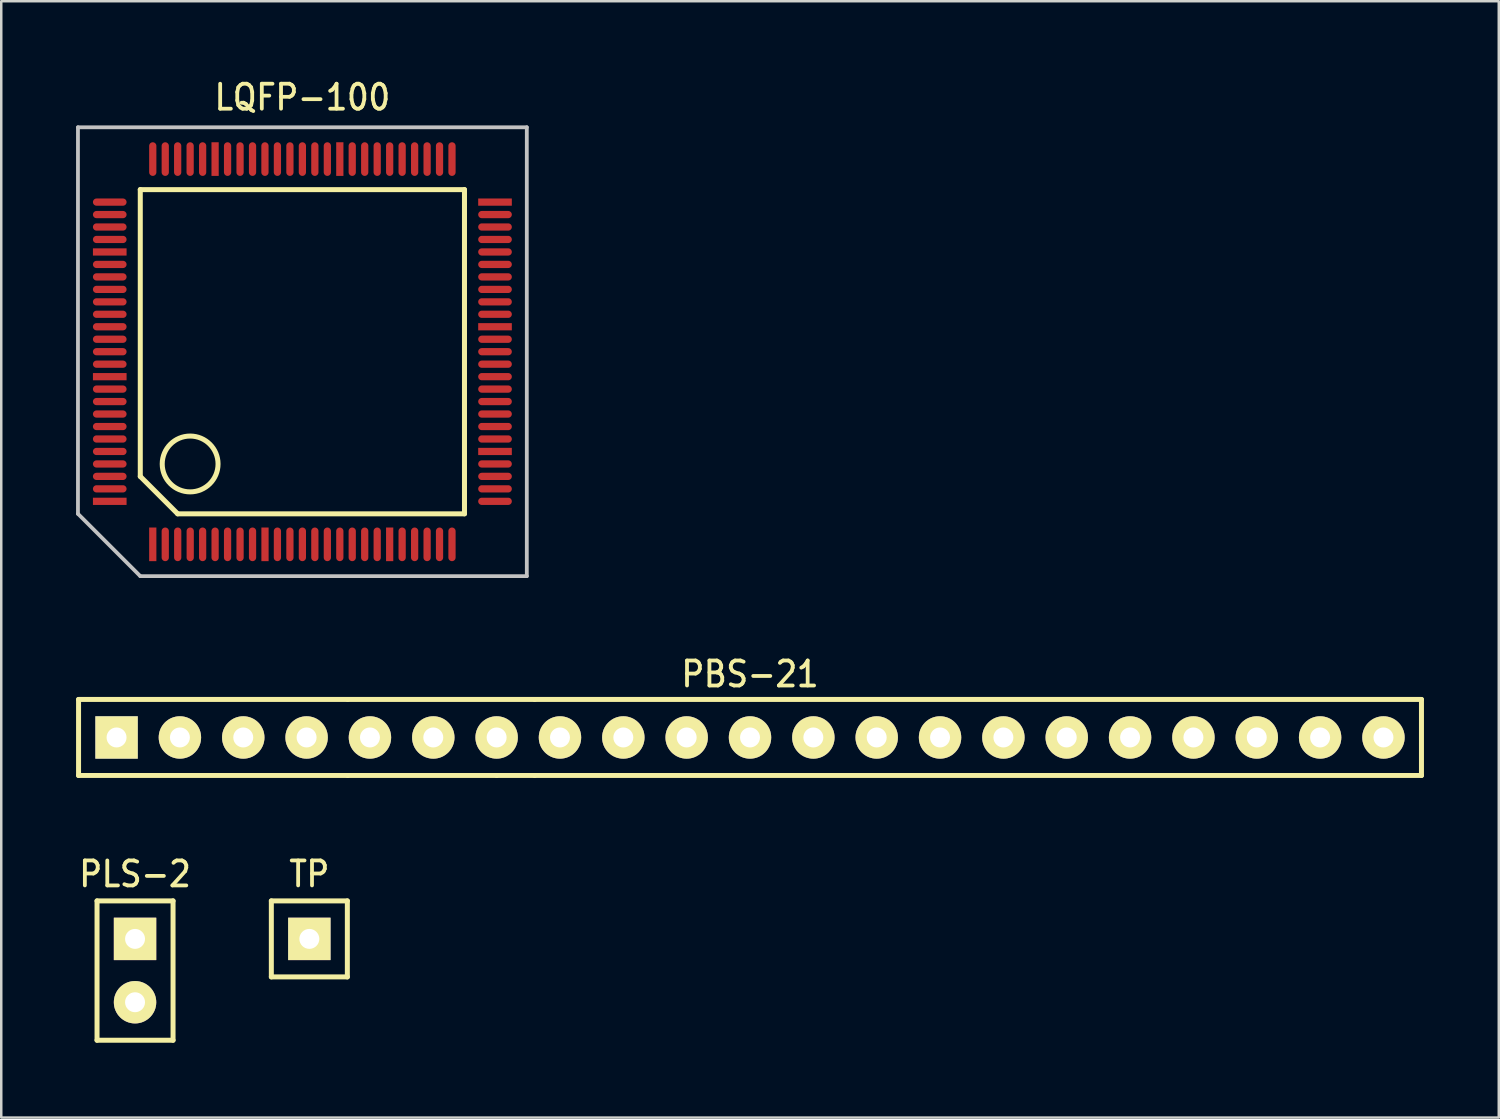
<source format=kicad_pcb>
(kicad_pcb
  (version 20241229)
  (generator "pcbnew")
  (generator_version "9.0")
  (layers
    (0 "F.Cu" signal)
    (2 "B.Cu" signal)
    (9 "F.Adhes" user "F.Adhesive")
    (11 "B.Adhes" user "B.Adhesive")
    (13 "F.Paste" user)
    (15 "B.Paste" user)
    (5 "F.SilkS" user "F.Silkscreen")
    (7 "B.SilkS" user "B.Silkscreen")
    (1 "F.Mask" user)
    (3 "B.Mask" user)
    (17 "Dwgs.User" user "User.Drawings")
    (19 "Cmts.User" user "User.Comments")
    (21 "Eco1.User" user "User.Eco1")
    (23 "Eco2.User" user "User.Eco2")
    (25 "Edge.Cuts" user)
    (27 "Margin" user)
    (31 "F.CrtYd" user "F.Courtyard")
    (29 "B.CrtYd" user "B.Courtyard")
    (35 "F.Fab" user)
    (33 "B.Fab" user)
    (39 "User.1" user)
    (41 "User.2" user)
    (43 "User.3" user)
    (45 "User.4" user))
  (footprint "LQFP-100"
    (layer "F.Cu")
    (at 9.075 11.053)
    (property "Reference" "LQFP-100" (at 0 -10.2 180) (layer "F.SilkS") (effects (font (size 1.001 0.899) (thickness 0.152))))
    (attr smd)
    (fp_line (start -6.5 -6.5) (end 6.5 -6.5) (stroke (width 0.201) (type solid)) (layer "F.SilkS"))
    (fp_line (start -6.5 5.001) (end -6.5 -6.5) (stroke (width 0.201) (type solid)) (layer "F.SilkS"))
    (fp_line (start -6.5 5.001) (end -5.001 6.5) (stroke (width 0.201) (type solid)) (layer "F.SilkS"))
    (fp_line (start -5.001 6.5) (end 6.5 6.5) (stroke (width 0.201) (type solid)) (layer "F.SilkS"))
    (fp_line (start 6.5 -6.5) (end 6.5 6.5) (stroke (width 0.201) (type solid)) (layer "F.SilkS"))
    (fp_circle (center -4.501 4.501) (end -3.5 4) (stroke (width 0.201) (type solid)) (fill no) (layer "F.SilkS"))
    (fp_line (start -8.999 -8.999) (end -8.999 6.5) (stroke (width 0.152) (type solid)) (layer "Dwgs.User"))
    (fp_line (start -8.999 6.5) (end -6.5 8.999) (stroke (width 0.152) (type solid)) (layer "Dwgs.User"))
    (fp_line (start -6.5 8.999) (end 8.999 8.999) (stroke (width 0.152) (type solid)) (layer "Dwgs.User"))
    (fp_line (start 8.999 -8.999) (end -8.999 -8.999) (stroke (width 0.152) (type solid)) (layer "Dwgs.User"))
    (fp_line (start 8.999 8.999) (end 8.999 -8.999) (stroke (width 0.152) (type solid)) (layer "Dwgs.User"))
    (pad "1" smd rect (at -5.999 7.724) (size 0.29 1.349) (layers "F.Cu" "F.Mask" "F.Paste"))
    (pad "2" smd oval (at -5.499 7.724) (size 0.29 1.349) (layers "F.Cu" "F.Mask" "F.Paste"))
    (pad "3" smd oval (at -4.999 7.724) (size 0.29 1.349) (layers "F.Cu" "F.Mask" "F.Paste"))
    (pad "4" smd oval (at -4.498 7.724) (size 0.29 1.349) (layers "F.Cu" "F.Mask" "F.Paste"))
    (pad "5" smd oval (at -4 7.724) (size 0.29 1.349) (layers "F.Cu" "F.Mask" "F.Paste"))
    (pad "6" smd oval (at -3.5 7.724) (size 0.29 1.349) (layers "F.Cu" "F.Mask" "F.Paste"))
    (pad "7" smd oval (at -3 7.724) (size 0.29 1.349) (layers "F.Cu" "F.Mask" "F.Paste"))
    (pad "8" smd oval (at -2.499 7.724) (size 0.29 1.349) (layers "F.Cu" "F.Mask" "F.Paste"))
    (pad "9" smd oval (at -1.999 7.724) (size 0.29 1.349) (layers "F.Cu" "F.Mask" "F.Paste"))
    (pad "10" smd rect (at -1.499 7.724) (size 0.29 1.349) (layers "F.Cu" "F.Mask" "F.Paste"))
    (pad "11" smd oval (at -1.001 7.724) (size 0.29 1.349) (layers "F.Cu" "F.Mask" "F.Paste"))
    (pad "12" smd oval (at -0.5 7.724) (size 0.29 1.349) (layers "F.Cu" "F.Mask" "F.Paste"))
    (pad "13" smd oval (at 0 7.724) (size 0.29 1.349) (layers "F.Cu" "F.Mask" "F.Paste"))
    (pad "14" smd oval (at 0.5 7.724) (size 0.29 1.349) (layers "F.Cu" "F.Mask" "F.Paste"))
    (pad "15" smd oval (at 1.001 7.724) (size 0.29 1.349) (layers "F.Cu" "F.Mask" "F.Paste"))
    (pad "16" smd oval (at 1.501 7.724) (size 0.29 1.349) (layers "F.Cu" "F.Mask" "F.Paste"))
    (pad "17" smd oval (at 1.999 7.724) (size 0.29 1.349) (layers "F.Cu" "F.Mask" "F.Paste"))
    (pad "18" smd oval (at 2.499 7.724) (size 0.29 1.349) (layers "F.Cu" "F.Mask" "F.Paste"))
    (pad "19" smd oval (at 3 7.724) (size 0.29 1.349) (layers "F.Cu" "F.Mask" "F.Paste"))
    (pad "20" smd rect (at 3.5 7.724) (size 0.29 1.349) (layers "F.Cu" "F.Mask" "F.Paste"))
    (pad "21" smd oval (at 4 7.724) (size 0.29 1.349) (layers "F.Cu" "F.Mask" "F.Paste"))
    (pad "22" smd oval (at 4.501 7.724) (size 0.29 1.349) (layers "F.Cu" "F.Mask" "F.Paste"))
    (pad "23" smd oval (at 5.001 7.724) (size 0.29 1.349) (layers "F.Cu" "F.Mask" "F.Paste"))
    (pad "24" smd oval (at 5.499 7.724) (size 0.29 1.349) (layers "F.Cu" "F.Mask" "F.Paste"))
    (pad "25" smd oval (at 5.999 7.724) (size 0.29 1.349) (layers "F.Cu" "F.Mask" "F.Paste"))
    (pad "26" smd oval (at 7.724 5.999 90) (size 0.29 1.349) (layers "F.Cu" "F.Mask" "F.Paste"))
    (pad "27" smd oval (at 7.724 5.499 90) (size 0.29 1.349) (layers "F.Cu" "F.Mask" "F.Paste"))
    (pad "28" smd oval (at 7.724 4.999 90) (size 0.29 1.349) (layers "F.Cu" "F.Mask" "F.Paste"))
    (pad "29" smd oval (at 7.724 4.501 90) (size 0.29 1.349) (layers "F.Cu" "F.Mask" "F.Paste"))
    (pad "30" smd rect (at 7.724 4 90) (size 0.29 1.349) (layers "F.Cu" "F.Mask" "F.Paste"))
    (pad "31" smd oval (at 7.724 3.5 90) (size 0.29 1.349) (layers "F.Cu" "F.Mask" "F.Paste"))
    (pad "32" smd oval (at 7.724 3 90) (size 0.29 1.349) (layers "F.Cu" "F.Mask" "F.Paste"))
    (pad "33" smd oval (at 7.724 2.499 90) (size 0.29 1.349) (layers "F.Cu" "F.Mask" "F.Paste"))
    (pad "34" smd oval (at 7.724 1.999 90) (size 0.29 1.349) (layers "F.Cu" "F.Mask" "F.Paste"))
    (pad "35" smd oval (at 7.724 1.499 90) (size 0.29 1.349) (layers "F.Cu" "F.Mask" "F.Paste"))
    (pad "36" smd oval (at 7.724 1.001 90) (size 0.29 1.349) (layers "F.Cu" "F.Mask" "F.Paste"))
    (pad "37" smd oval (at 7.724 0.5 90) (size 0.29 1.349) (layers "F.Cu" "F.Mask" "F.Paste"))
    (pad "38" smd oval (at 7.724 0 90) (size 0.29 1.349) (layers "F.Cu" "F.Mask" "F.Paste"))
    (pad "39" smd oval (at 7.724 -0.5 90) (size 0.29 1.349) (layers "F.Cu" "F.Mask" "F.Paste"))
    (pad "40" smd rect (at 7.724 -1.001 90) (size 0.29 1.349) (layers "F.Cu" "F.Mask" "F.Paste"))
    (pad "41" smd oval (at 7.724 -1.501 90) (size 0.29 1.349) (layers "F.Cu" "F.Mask" "F.Paste"))
    (pad "42" smd oval (at 7.724 -1.999 90) (size 0.29 1.349) (layers "F.Cu" "F.Mask" "F.Paste"))
    (pad "43" smd oval (at 7.724 -2.499 90) (size 0.29 1.349) (layers "F.Cu" "F.Mask" "F.Paste"))
    (pad "44" smd oval (at 7.724 -3 90) (size 0.29 1.349) (layers "F.Cu" "F.Mask" "F.Paste"))
    (pad "45" smd oval (at 7.724 -3.5 90) (size 0.29 1.349) (layers "F.Cu" "F.Mask" "F.Paste"))
    (pad "46" smd oval (at 7.724 -4 90) (size 0.29 1.349) (layers "F.Cu" "F.Mask" "F.Paste"))
    (pad "47" smd oval (at 7.724 -4.501 90) (size 0.29 1.349) (layers "F.Cu" "F.Mask" "F.Paste"))
    (pad "48" smd oval (at 7.724 -5.001 90) (size 0.29 1.349) (layers "F.Cu" "F.Mask" "F.Paste"))
    (pad "49" smd oval (at 7.724 -5.499 90) (size 0.29 1.349) (layers "F.Cu" "F.Mask" "F.Paste"))
    (pad "50" smd rect (at 7.724 -5.999 90) (size 0.29 1.349) (layers "F.Cu" "F.Mask" "F.Paste"))
    (pad "51" smd oval (at 5.999 -7.724) (size 0.29 1.349) (layers "F.Cu" "F.Mask" "F.Paste"))
    (pad "52" smd oval (at 5.499 -7.724) (size 0.29 1.349) (layers "F.Cu" "F.Mask" "F.Paste"))
    (pad "53" smd oval (at 5.001 -7.724) (size 0.29 1.349) (layers "F.Cu" "F.Mask" "F.Paste"))
    (pad "54" smd oval (at 4.501 -7.724) (size 0.29 1.349) (layers "F.Cu" "F.Mask" "F.Paste"))
    (pad "55" smd oval (at 4 -7.724) (size 0.29 1.349) (layers "F.Cu" "F.Mask" "F.Paste"))
    (pad "56" smd oval (at 3.5 -7.724) (size 0.29 1.349) (layers "F.Cu" "F.Mask" "F.Paste"))
    (pad "57" smd oval (at 3 -7.724) (size 0.29 1.349) (layers "F.Cu" "F.Mask" "F.Paste"))
    (pad "58" smd oval (at 2.499 -7.724) (size 0.29 1.349) (layers "F.Cu" "F.Mask" "F.Paste"))
    (pad "59" smd oval (at 1.999 -7.724) (size 0.29 1.349) (layers "F.Cu" "F.Mask" "F.Paste"))
    (pad "60" smd rect (at 1.501 -7.724) (size 0.29 1.349) (layers "F.Cu" "F.Mask" "F.Paste"))
    (pad "61" smd oval (at 1.001 -7.724) (size 0.29 1.349) (layers "F.Cu" "F.Mask" "F.Paste"))
    (pad "62" smd oval (at 0.5 -7.724) (size 0.29 1.349) (layers "F.Cu" "F.Mask" "F.Paste"))
    (pad "63" smd oval (at 0 -7.724) (size 0.29 1.349) (layers "F.Cu" "F.Mask" "F.Paste"))
    (pad "64" smd oval (at -0.5 -7.724) (size 0.29 1.349) (layers "F.Cu" "F.Mask" "F.Paste"))
    (pad "65" smd oval (at -1.001 -7.724) (size 0.29 1.349) (layers "F.Cu" "F.Mask" "F.Paste"))
    (pad "66" smd oval (at -1.501 -7.724) (size 0.29 1.349) (layers "F.Cu" "F.Mask" "F.Paste"))
    (pad "67" smd oval (at -1.999 -7.724) (size 0.29 1.349) (layers "F.Cu" "F.Mask" "F.Paste"))
    (pad "68" smd oval (at -2.499 -7.724) (size 0.29 1.349) (layers "F.Cu" "F.Mask" "F.Paste"))
    (pad "69" smd oval (at -3 -7.724) (size 0.29 1.349) (layers "F.Cu" "F.Mask" "F.Paste"))
    (pad "70" smd rect (at -3.5 -7.724) (size 0.29 1.349) (layers "F.Cu" "F.Mask" "F.Paste"))
    (pad "71" smd oval (at -4 -7.724) (size 0.29 1.349) (layers "F.Cu" "F.Mask" "F.Paste"))
    (pad "72" smd oval (at -4.501 -7.724) (size 0.29 1.349) (layers "F.Cu" "F.Mask" "F.Paste"))
    (pad "73" smd oval (at -5.001 -7.724) (size 0.29 1.349) (layers "F.Cu" "F.Mask" "F.Paste"))
    (pad "74" smd oval (at -5.499 -7.724) (size 0.29 1.349) (layers "F.Cu" "F.Mask" "F.Paste"))
    (pad "75" smd oval (at -5.999 -7.724) (size 0.29 1.349) (layers "F.Cu" "F.Mask" "F.Paste"))
    (pad "76" smd oval (at -7.724 -5.999 90) (size 0.29 1.349) (layers "F.Cu" "F.Mask" "F.Paste"))
    (pad "77" smd oval (at -7.724 -5.499 90) (size 0.29 1.349) (layers "F.Cu" "F.Mask" "F.Paste"))
    (pad "78" smd oval (at -7.724 -5.001 90) (size 0.29 1.349) (layers "F.Cu" "F.Mask" "F.Paste"))
    (pad "79" smd oval (at -7.724 -4.501 90) (size 0.29 1.349) (layers "F.Cu" "F.Mask" "F.Paste"))
    (pad "80" smd rect (at -7.724 -4 90) (size 0.29 1.349) (layers "F.Cu" "F.Mask" "F.Paste"))
    (pad "81" smd oval (at -7.724 -3.5 90) (size 0.29 1.349) (layers "F.Cu" "F.Mask" "F.Paste"))
    (pad "82" smd oval (at -7.724 -3 90) (size 0.29 1.349) (layers "F.Cu" "F.Mask" "F.Paste"))
    (pad "83" smd oval (at -7.724 -2.499 90) (size 0.29 1.349) (layers "F.Cu" "F.Mask" "F.Paste"))
    (pad "84" smd oval (at -7.724 -1.999 90) (size 0.29 1.349) (layers "F.Cu" "F.Mask" "F.Paste"))
    (pad "85" smd oval (at -7.724 -1.501 90) (size 0.29 1.349) (layers "F.Cu" "F.Mask" "F.Paste"))
    (pad "86" smd oval (at -7.724 -1.001 90) (size 0.29 1.349) (layers "F.Cu" "F.Mask" "F.Paste"))
    (pad "87" smd oval (at -7.724 -0.5 90) (size 0.29 1.349) (layers "F.Cu" "F.Mask" "F.Paste"))
    (pad "88" smd oval (at -7.724 0 90) (size 0.29 1.349) (layers "F.Cu" "F.Mask" "F.Paste"))
    (pad "89" smd oval (at -7.724 0.5 90) (size 0.29 1.349) (layers "F.Cu" "F.Mask" "F.Paste"))
    (pad "90" smd rect (at -7.724 1.001 90) (size 0.29 1.349) (layers "F.Cu" "F.Mask" "F.Paste"))
    (pad "91" smd oval (at -7.724 1.499 90) (size 0.29 1.349) (layers "F.Cu" "F.Mask" "F.Paste"))
    (pad "92" smd oval (at -7.724 1.999 90) (size 0.29 1.349) (layers "F.Cu" "F.Mask" "F.Paste"))
    (pad "93" smd oval (at -7.724 2.499 90) (size 0.29 1.349) (layers "F.Cu" "F.Mask" "F.Paste"))
    (pad "94" smd oval (at -7.724 3 90) (size 0.29 1.349) (layers "F.Cu" "F.Mask" "F.Paste"))
    (pad "95" smd oval (at -7.724 3.5 90) (size 0.29 1.349) (layers "F.Cu" "F.Mask" "F.Paste"))
    (pad "96" smd oval (at -7.724 4 90) (size 0.29 1.349) (layers "F.Cu" "F.Mask" "F.Paste"))
    (pad "97" smd oval (at -7.724 4.501 90) (size 0.29 1.349) (layers "F.Cu" "F.Mask" "F.Paste"))
    (pad "98" smd oval (at -7.724 4.999 90) (size 0.29 1.349) (layers "F.Cu" "F.Mask" "F.Paste"))
    (pad "99" smd oval (at -7.724 5.499 90) (size 0.29 1.349) (layers "F.Cu" "F.Mask" "F.Paste"))
    (pad "100" smd rect (at -7.724 5.999 90) (size 0.29 1.349) (layers "F.Cu" "F.Mask" "F.Paste")))
  (footprint "PLS-2"
    (layer "F.Cu")
    (at 2.365 35.868)
    (property "Reference" "PLS-2" (at 0 -3.87 0) (layer "F.SilkS") (effects (font (size 1.001 0.899) (thickness 0.152))))
    (attr through_hole)
    (fp_line (start -1.524 -2.794) (end 1.524 -2.794) (stroke (width 0.2) (type solid)) (layer "F.SilkS"))
    (fp_line (start -1.524 2.794) (end -1.524 -2.794) (stroke (width 0.2) (type solid)) (layer "F.SilkS"))
    (fp_line (start 1.524 -2.794) (end 1.524 2.794) (stroke (width 0.2) (type solid)) (layer "F.SilkS"))
    (fp_line (start 1.524 2.794) (end -1.524 2.794) (stroke (width 0.2) (type solid)) (layer "F.SilkS"))
    (pad "1" thru_hole rect (at 0 -1.27) (size 1.7 1.7) (drill 0.8) (layers "*.Cu" "*.Mask" "F.SilkS"))
    (pad "2" thru_hole circle (at 0 1.27) (size 1.7 1.7) (drill 0.8) (layers "*.Cu" "*.Mask" "F.SilkS")))
  (footprint "PBS-21"
    (layer "F.Cu")
    (at 27.024 26.521)
    (property "Reference" "PBS-21" (at 0 -2.54 180) (layer "F.SilkS") (effects (font (size 1.001 0.899) (thickness 0.152))))
    (attr through_hole)
    (fp_line (start -26.924 -1.524) (end -16.129 -1.524) (stroke (width 0.2) (type solid)) (layer "F.SilkS"))
    (fp_line (start -26.924 1.524) (end -26.924 -1.524) (stroke (width 0.2) (type solid)) (layer "F.SilkS"))
    (fp_line (start -26.924 1.524) (end -16.129 1.524) (stroke (width 0.2) (type solid)) (layer "F.SilkS"))
    (fp_line (start -16.129 1.524) (end -10.16 1.524) (stroke (width 0.2) (type solid)) (layer "F.SilkS"))
    (fp_line (start -10.16 1.524) (end -8.636 1.524) (stroke (width 0.2) (type solid)) (layer "F.SilkS"))
    (fp_line (start -8.636 -1.524) (end -16.129 -1.524) (stroke (width 0.2) (type solid)) (layer "F.SilkS"))
    (fp_line (start -8.636 -1.524) (end 26.924 -1.524) (stroke (width 0.2) (type solid)) (layer "F.SilkS"))
    (fp_line (start 26.924 -1.524) (end 26.924 1.524) (stroke (width 0.2) (type solid)) (layer "F.SilkS"))
    (fp_line (start 26.924 1.524) (end -8.636 1.524) (stroke (width 0.2) (type solid)) (layer "F.SilkS"))
    (pad "1" thru_hole rect (at -25.4 0) (size 1.7 1.7) (drill 0.8) (layers "*.Cu" "*.Mask" "F.SilkS"))
    (pad "2" thru_hole circle (at -22.86 0 90) (size 1.7 1.7) (drill 0.8) (layers "*.Cu" "*.Mask" "F.SilkS"))
    (pad "3" thru_hole circle (at -20.32 0 90) (size 1.7 1.7) (drill 0.8) (layers "*.Cu" "*.Mask" "F.SilkS"))
    (pad "4" thru_hole circle (at -17.78 0 90) (size 1.7 1.7) (drill 0.8) (layers "*.Cu" "*.Mask" "F.SilkS"))
    (pad "5" thru_hole circle (at -15.24 0 90) (size 1.7 1.7) (drill 0.8) (layers "*.Cu" "*.Mask" "F.SilkS"))
    (pad "6" thru_hole circle (at -12.7 0 90) (size 1.7 1.7) (drill 0.8) (layers "*.Cu" "*.Mask" "F.SilkS"))
    (pad "7" thru_hole circle (at -10.16 0 90) (size 1.7 1.7) (drill 0.8) (layers "*.Cu" "*.Mask" "F.SilkS"))
    (pad "8" thru_hole circle (at -7.62 0) (size 1.7 1.7) (drill 0.8) (layers "*.Cu" "*.Mask" "F.SilkS"))
    (pad "9" thru_hole circle (at -5.08 0) (size 1.7 1.7) (drill 0.8) (layers "*.Cu" "*.Mask" "F.SilkS"))
    (pad "10" thru_hole circle (at -2.54 0) (size 1.7 1.7) (drill 0.8) (layers "*.Cu" "*.Mask" "F.SilkS"))
    (pad "11" thru_hole circle (at 0 0) (size 1.7 1.7) (drill 0.8) (layers "*.Cu" "*.Mask" "F.SilkS"))
    (pad "12" thru_hole circle (at 2.54 0) (size 1.7 1.7) (drill 0.8) (layers "*.Cu" "*.Mask" "F.SilkS"))
    (pad "13" thru_hole circle (at 5.08 0) (size 1.7 1.7) (drill 0.8) (layers "*.Cu" "*.Mask" "F.SilkS"))
    (pad "14" thru_hole circle (at 7.62 0) (size 1.7 1.7) (drill 0.8) (layers "*.Cu" "*.Mask" "F.SilkS"))
    (pad "15" thru_hole circle (at 10.16 0) (size 1.7 1.7) (drill 0.8) (layers "*.Cu" "*.Mask" "F.SilkS"))
    (pad "16" thru_hole circle (at 12.7 0) (size 1.7 1.7) (drill 0.8) (layers "*.Cu" "*.Mask" "F.SilkS"))
    (pad "17" thru_hole circle (at 15.24 0) (size 1.7 1.7) (drill 0.8) (layers "*.Cu" "*.Mask" "F.SilkS"))
    (pad "18" thru_hole circle (at 17.78 0) (size 1.7 1.7) (drill 0.8) (layers "*.Cu" "*.Mask" "F.SilkS"))
    (pad "19" thru_hole circle (at 20.32 0) (size 1.7 1.7) (drill 0.8) (layers "*.Cu" "*.Mask" "F.SilkS"))
    (pad "20" thru_hole circle (at 22.86 0) (size 1.7 1.7) (drill 0.8) (layers "*.Cu" "*.Mask" "F.SilkS"))
    (pad "21" thru_hole circle (at 25.4 0) (size 1.7 1.7) (drill 0.8) (layers "*.Cu" "*.Mask" "F.SilkS")))
  (footprint "TP"
    (layer "F.Cu")
    (at 9.354 34.598)
    (property "Reference" "TP" (at 0 -2.6 0) (layer "F.SilkS") (effects (font (size 1.001 0.899) (thickness 0.152))))
    (attr through_hole)
    (fp_line (start -1.524 -1.524) (end 1.524 -1.524) (stroke (width 0.2) (type solid)) (layer "F.SilkS"))
    (fp_line (start -1.524 1.524) (end -1.524 -1.524) (stroke (width 0.2) (type solid)) (layer "F.SilkS"))
    (fp_line (start -1.524 1.524) (end 1.524 1.524) (stroke (width 0.2) (type solid)) (layer "F.SilkS"))
    (fp_line (start 1.524 1.524) (end 1.524 -1.524) (stroke (width 0.2) (type solid)) (layer "F.SilkS"))
    (pad "1" thru_hole rect (at 0 0) (size 1.7 1.7) (drill 0.8) (layers "*.Cu" "*.Mask" "F.SilkS")))
  (gr_rect
    (start -3 -3)
    (end 57.048 41.762)
    (stroke (width 0.1) (type default))
    (fill no)
    (layer "Edge.Cuts")))
</source>
